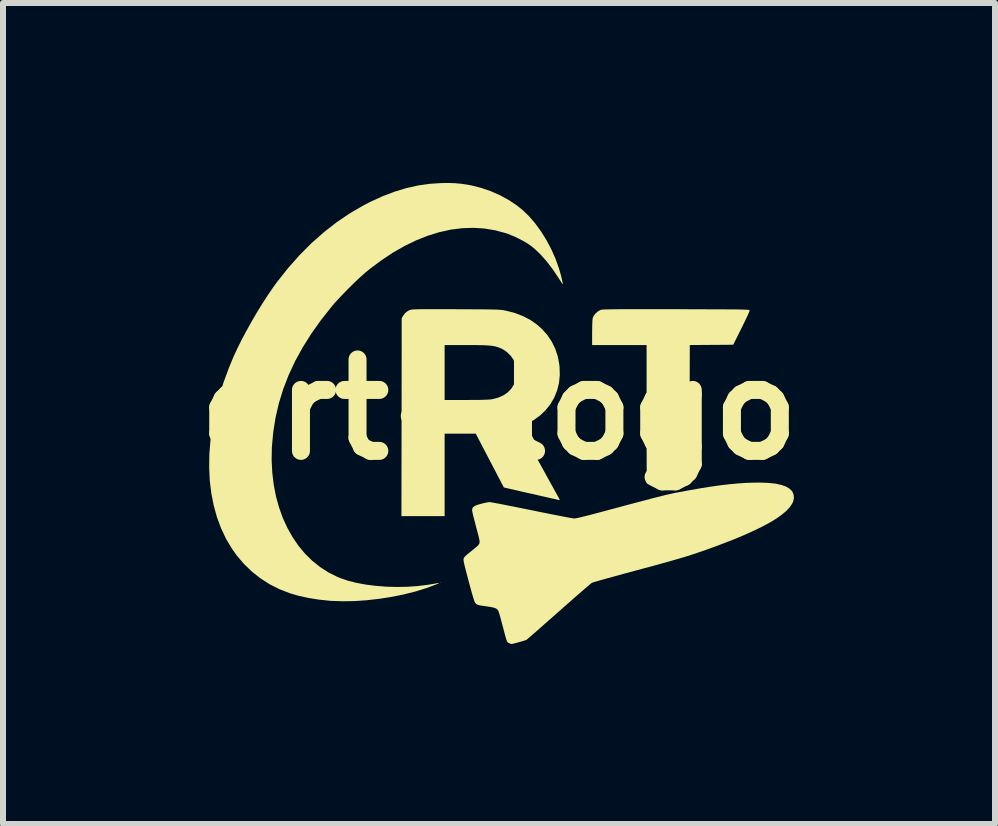
<source format=kicad_pcb>
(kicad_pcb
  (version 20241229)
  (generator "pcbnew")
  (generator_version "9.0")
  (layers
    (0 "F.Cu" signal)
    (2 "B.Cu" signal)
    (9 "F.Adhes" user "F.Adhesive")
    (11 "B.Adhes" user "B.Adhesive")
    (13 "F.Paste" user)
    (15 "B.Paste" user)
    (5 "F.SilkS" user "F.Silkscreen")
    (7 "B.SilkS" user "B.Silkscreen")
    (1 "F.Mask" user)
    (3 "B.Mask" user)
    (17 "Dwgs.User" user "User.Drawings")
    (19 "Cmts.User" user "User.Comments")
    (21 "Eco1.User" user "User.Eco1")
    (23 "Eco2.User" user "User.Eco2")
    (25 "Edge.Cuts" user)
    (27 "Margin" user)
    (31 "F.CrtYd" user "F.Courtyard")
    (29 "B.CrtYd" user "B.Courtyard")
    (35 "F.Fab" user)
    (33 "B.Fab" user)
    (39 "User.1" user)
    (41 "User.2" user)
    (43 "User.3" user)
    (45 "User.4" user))
  (footprint "crt-logo"
    (layer "F.Cu")
    (at 5.269 3.777)
    (property "Reference" "crt-logo" (at 0 0 0) (layer "F.SilkS") (effects (font (size 1.524 1.524) (thickness 0.3))))
    (attr board_only exclude_from_pos_files exclude_from_bom)
    (fp_poly (pts (xy -0.973 2.885) (xy -0.977 2.89) (xy -0.982 2.885) (xy -0.977 2.88)) (stroke (width 0) (type solid)) (fill yes) (layer "F.SilkS"))
    (fp_poly (pts (xy 2.557 -1.673) (xy 2.72 -1.672) (xy 2.9 -1.672) (xy 2.96 -1.672) (xy 3.135 -1.672) (xy 3.293 -1.671) (xy 3.434 -1.671) (xy 3.559 -1.67) (xy 3.669 -1.67) (xy 3.766 -1.67) (xy 3.849 -1.669) (xy 3.92 -1.669) (xy 3.98 -1.668) (xy 4.03 -1.667) (xy 4.07 -1.666) (xy 4.103 -1.665) (xy 4.128 -1.664) (xy 4.146 -1.663) (xy 4.16 -1.661) (xy 4.168 -1.659) (xy 4.174 -1.657) (xy 4.176 -1.655) (xy 4.177 -1.652) (xy 4.178 -1.651) (xy 4.174 -1.638) (xy 4.163 -1.611) (xy 4.145 -1.571) (xy 4.122 -1.521) (xy 4.094 -1.463) (xy 4.063 -1.399) (xy 4.042 -1.356) (xy 3.904 -1.08) (xy 3.18 -1.075) (xy 3.177 -0.003) (xy 3.175 1.07) (xy 3.114 1.082) (xy 3.027 1.1) (xy 2.932 1.12) (xy 2.836 1.142) (xy 2.744 1.163) (xy 2.66 1.184) (xy 2.608 1.198) (xy 2.56 1.21) (xy 2.518 1.221) (xy 2.487 1.229) (xy 2.468 1.234) (xy 2.465 1.234) (xy 2.464 1.225) (xy 2.464 1.199) (xy 2.463 1.155) (xy 2.463 1.097) (xy 2.462 1.024) (xy 2.461 0.938) (xy 2.461 0.841) (xy 2.461 0.732) (xy 2.46 0.614) (xy 2.46 0.487) (xy 2.46 0.353) (xy 2.46 0.212) (xy 2.46 0.079) (xy 2.46 -1.075) (xy 1.552 -1.075) (xy 1.552 -1.284) (xy 1.553 -1.353) (xy 1.554 -1.414) (xy 1.556 -1.466) (xy 1.559 -1.505) (xy 1.562 -1.528) (xy 1.563 -1.529) (xy 1.58 -1.566) (xy 1.611 -1.603) (xy 1.648 -1.636) (xy 1.688 -1.658) (xy 1.703 -1.663) (xy 1.713 -1.665) (xy 1.732 -1.666) (xy 1.761 -1.668) (xy 1.799 -1.669) (xy 1.848 -1.67) (xy 1.908 -1.671) (xy 1.981 -1.672) (xy 2.067 -1.672) (xy 2.167 -1.672) (xy 2.281 -1.673) (xy 2.411 -1.673)) (stroke (width 0) (type solid)) (fill yes) (layer "F.SilkS"))
    (fp_poly (pts (xy -1.042 -1.673) (xy -0.936 -1.673) (xy -0.813 -1.672) (xy -0.715 -1.672) (xy -0.581 -1.671) (xy -0.464 -1.671) (xy -0.363 -1.67) (xy -0.277 -1.67) (xy -0.204 -1.669) (xy -0.142 -1.668) (xy -0.091 -1.667) (xy -0.048 -1.666) (xy -0.014 -1.664) (xy 0.015 -1.662) (xy 0.039 -1.66) (xy 0.06 -1.658) (xy 0.078 -1.655) (xy 0.096 -1.651) (xy 0.115 -1.648) (xy 0.264 -1.609) (xy 0.4 -1.557) (xy 0.523 -1.493) (xy 0.634 -1.415) (xy 0.717 -1.341) (xy 0.807 -1.24) (xy 0.881 -1.129) (xy 0.939 -1.008) (xy 0.981 -0.879) (xy 1.006 -0.741) (xy 1.009 -0.713) (xy 1.013 -0.576) (xy 1 -0.445) (xy 0.969 -0.32) (xy 0.922 -0.202) (xy 0.859 -0.093) (xy 0.78 0.007) (xy 0.687 0.097) (xy 0.579 0.176) (xy 0.457 0.242) (xy 0.455 0.243) (xy 0.42 0.26) (xy 0.39 0.272) (xy 0.371 0.28) (xy 0.366 0.281) (xy 0.352 0.287) (xy 0.351 0.289) (xy 0.355 0.298) (xy 0.367 0.324) (xy 0.388 0.364) (xy 0.417 0.419) (xy 0.454 0.487) (xy 0.498 0.569) (xy 0.55 0.664) (xy 0.608 0.77) (xy 0.673 0.888) (xy 0.744 1.016) (xy 0.82 1.155) (xy 0.902 1.303) (xy 0.987 1.456) (xy 1.003 1.486) (xy 1.01 1.503) (xy 1.009 1.51) (xy 1.003 1.509) (xy 0.991 1.507) (xy 0.962 1.5) (xy 0.919 1.49) (xy 0.863 1.478) (xy 0.796 1.462) (xy 0.72 1.445) (xy 0.637 1.426) (xy 0.548 1.406) (xy 0.534 1.403) (xy 0.445 1.383) (xy 0.362 1.364) (xy 0.286 1.346) (xy 0.219 1.331) (xy 0.164 1.318) (xy 0.121 1.308) (xy 0.092 1.301) (xy 0.08 1.298) (xy 0.08 1.298) (xy 0.075 1.289) (xy 0.063 1.266) (xy 0.043 1.229) (xy 0.018 1.179) (xy -0.014 1.12) (xy -0.049 1.051) (xy -0.089 0.975) (xy -0.132 0.893) (xy -0.155 0.849) (xy -0.388 0.402) (xy -0.907 0.402) (xy -0.907 1.777) (xy -1.627 1.777) (xy -1.623 -1.075) (xy -0.907 -1.075) (xy -0.907 -0.159) (xy -0.545 -0.159) (xy -0.438 -0.16) (xy -0.349 -0.16) (xy -0.275 -0.162) (xy -0.216 -0.164) (xy -0.17 -0.166) (xy -0.134 -0.169) (xy -0.112 -0.172) (xy -0.014 -0.198) (xy 0.072 -0.236) (xy 0.145 -0.286) (xy 0.204 -0.347) (xy 0.249 -0.418) (xy 0.271 -0.475) (xy 0.286 -0.545) (xy 0.29 -0.622) (xy 0.284 -0.699) (xy 0.271 -0.761) (xy 0.239 -0.833) (xy 0.192 -0.899) (xy 0.132 -0.957) (xy 0.063 -1.005) (xy -0.011 -1.037) (xy -0.041 -1.046) (xy -0.072 -1.054) (xy -0.107 -1.06) (xy -0.147 -1.065) (xy -0.195 -1.069) (xy -0.252 -1.072) (xy -0.32 -1.073) (xy -0.402 -1.075) (xy -0.5 -1.075) (xy -0.559 -1.075) (xy -0.907 -1.075) (xy -1.623 -1.075) (xy -1.623 -1.52) (xy -1.602 -1.558) (xy -1.565 -1.609) (xy -1.515 -1.646) (xy -1.485 -1.66) (xy -1.476 -1.662) (xy -1.465 -1.665) (xy -1.45 -1.667) (xy -1.43 -1.669) (xy -1.403 -1.67) (xy -1.37 -1.671) (xy -1.327 -1.672) (xy -1.274 -1.673) (xy -1.21 -1.673) (xy -1.133 -1.673)) (stroke (width 0) (type solid)) (fill yes) (layer "F.SilkS"))
    (fp_poly (pts (xy -0.737 -3.773) (xy -0.635 -3.764) (xy -0.53 -3.749) (xy -0.46 -3.736) (xy -0.298 -3.695) (xy -0.138 -3.64) (xy 0.018 -3.571) (xy 0.165 -3.491) (xy 0.3 -3.4) (xy 0.397 -3.322) (xy 0.504 -3.218) (xy 0.606 -3.099) (xy 0.702 -2.967) (xy 0.791 -2.823) (xy 0.871 -2.672) (xy 0.941 -2.515) (xy 0.998 -2.355) (xy 1.023 -2.27) (xy 1.038 -2.215) (xy 1.049 -2.166) (xy 1.058 -2.127) (xy 1.063 -2.1) (xy 1.063 -2.087) (xy 1.062 -2.087) (xy 1.056 -2.096) (xy 1.041 -2.117) (xy 1.021 -2.149) (xy 0.996 -2.187) (xy 0.989 -2.199) (xy 0.891 -2.344) (xy 0.793 -2.471) (xy 0.696 -2.581) (xy 0.598 -2.675) (xy 0.533 -2.728) (xy 0.473 -2.769) (xy 0.4 -2.812) (xy 0.319 -2.854) (xy 0.235 -2.893) (xy 0.154 -2.926) (xy 0.11 -2.941) (xy -0.066 -2.988) (xy -0.246 -3.018) (xy -0.429 -3.029) (xy -0.615 -3.023) (xy -0.803 -2.999) (xy -0.994 -2.957) (xy -1.185 -2.898) (xy -1.378 -2.822) (xy -1.572 -2.728) (xy -1.765 -2.618) (xy -1.958 -2.49) (xy -2.151 -2.346) (xy -2.216 -2.293) (xy -2.268 -2.248) (xy -2.33 -2.192) (xy -2.398 -2.128) (xy -2.469 -2.058) (xy -2.542 -1.985) (xy -2.613 -1.912) (xy -2.678 -1.843) (xy -2.737 -1.779) (xy -2.784 -1.724) (xy -2.786 -1.721) (xy -2.967 -1.493) (xy -3.129 -1.265) (xy -3.273 -1.036) (xy -3.399 -0.807) (xy -3.507 -0.575) (xy -3.597 -0.342) (xy -3.67 -0.106) (xy -3.725 0.133) (xy -3.764 0.376) (xy -3.786 0.622) (xy -3.787 0.631) (xy -3.791 0.844) (xy -3.78 1.052) (xy -3.756 1.252) (xy -3.719 1.445) (xy -3.668 1.63) (xy -3.605 1.806) (xy -3.529 1.972) (xy -3.442 2.127) (xy -3.344 2.271) (xy -3.234 2.403) (xy -3.114 2.521) (xy -2.984 2.625) (xy -2.845 2.715) (xy -2.696 2.789) (xy -2.654 2.807) (xy -2.524 2.852) (xy -2.379 2.889) (xy -2.223 2.918) (xy -2.057 2.939) (xy -1.885 2.953) (xy -1.71 2.958) (xy -1.533 2.955) (xy -1.358 2.943) (xy -1.188 2.922) (xy -1.078 2.904) (xy -1.034 2.896) (xy -1.008 2.892) (xy -0.998 2.892) (xy -1.004 2.897) (xy -1.025 2.906) (xy -1.039 2.912) (xy -1.208 2.976) (xy -1.392 3.033) (xy -1.586 3.082) (xy -1.788 3.123) (xy -1.995 3.155) (xy -2.202 3.179) (xy -2.407 3.193) (xy -2.606 3.196) (xy -2.797 3.19) (xy -2.82 3.188) (xy -3.004 3.169) (xy -3.183 3.14) (xy -3.352 3.102) (xy -3.486 3.063) (xy -3.658 2.996) (xy -3.822 2.914) (xy -3.976 2.815) (xy -4.12 2.702) (xy -4.252 2.574) (xy -4.373 2.432) (xy -4.452 2.321) (xy -4.55 2.157) (xy -4.633 1.981) (xy -4.702 1.796) (xy -4.756 1.601) (xy -4.796 1.397) (xy -4.822 1.185) (xy -4.832 0.967) (xy -4.829 0.742) (xy -4.81 0.511) (xy -4.778 0.276) (xy -4.731 0.037) (xy -4.669 -0.206) (xy -4.593 -0.451) (xy -4.502 -0.697) (xy -4.429 -0.874) (xy -4.366 -1.01) (xy -4.294 -1.156) (xy -4.213 -1.308) (xy -4.127 -1.463) (xy -4.037 -1.617) (xy -3.945 -1.767) (xy -3.853 -1.909) (xy -3.764 -2.039) (xy -3.706 -2.119) (xy -3.52 -2.354) (xy -3.327 -2.572) (xy -3.126 -2.774) (xy -2.917 -2.958) (xy -2.702 -3.126) (xy -2.479 -3.276) (xy -2.249 -3.409) (xy -2.146 -3.462) (xy -1.943 -3.555) (xy -1.743 -3.631) (xy -1.546 -3.691) (xy -1.35 -3.735) (xy -1.153 -3.763) (xy -0.963 -3.775) (xy -0.844 -3.777)) (stroke (width 0) (type solid)) (fill yes) (layer "F.SilkS"))
    (fp_poly (pts (xy 4.502 1.224) (xy 4.611 1.236) (xy 4.703 1.256) (xy 4.778 1.282) (xy 4.837 1.315) (xy 4.88 1.355) (xy 4.889 1.367) (xy 4.91 1.416) (xy 4.916 1.471) (xy 4.905 1.529) (xy 4.886 1.57) (xy 4.846 1.63) (xy 4.788 1.691) (xy 4.714 1.753) (xy 4.623 1.818) (xy 4.514 1.884) (xy 4.387 1.952) (xy 4.243 2.022) (xy 4.081 2.095) (xy 3.901 2.17) (xy 3.702 2.247) (xy 3.638 2.271) (xy 3.55 2.303) (xy 3.468 2.333) (xy 3.391 2.36) (xy 3.315 2.386) (xy 3.24 2.411) (xy 3.163 2.436) (xy 3.083 2.461) (xy 2.997 2.486) (xy 2.904 2.513) (xy 2.802 2.542) (xy 2.689 2.573) (xy 2.563 2.608) (xy 2.422 2.646) (xy 2.31 2.676) (xy 2.196 2.707) (xy 2.086 2.736) (xy 1.983 2.765) (xy 1.887 2.791) (xy 1.8 2.815) (xy 1.723 2.837) (xy 1.659 2.855) (xy 1.607 2.87) (xy 1.571 2.881) (xy 1.55 2.888) (xy 1.546 2.89) (xy 1.535 2.899) (xy 1.51 2.919) (xy 1.474 2.95) (xy 1.427 2.99) (xy 1.372 3.038) (xy 1.307 3.094) (xy 1.236 3.156) (xy 1.16 3.224) (xy 1.078 3.295) (xy 0.996 3.368) (xy 0.911 3.443) (xy 0.83 3.514) (xy 0.754 3.581) (xy 0.684 3.643) (xy 0.622 3.698) (xy 0.567 3.745) (xy 0.522 3.784) (xy 0.488 3.814) (xy 0.465 3.833) (xy 0.455 3.84) (xy 0.438 3.847) (xy 0.408 3.856) (xy 0.37 3.868) (xy 0.327 3.88) (xy 0.285 3.891) (xy 0.247 3.901) (xy 0.219 3.907) (xy 0.205 3.909) (xy 0.189 3.904) (xy 0.166 3.893) (xy 0.162 3.891) (xy 0.153 3.886) (xy 0.146 3.881) (xy 0.14 3.874) (xy 0.133 3.864) (xy 0.127 3.848) (xy 0.119 3.824) (xy 0.109 3.791) (xy 0.097 3.747) (xy 0.082 3.69) (xy 0.063 3.617) (xy 0.051 3.572) (xy 0.035 3.513) (xy 0.02 3.458) (xy 0.006 3.412) (xy -0.005 3.376) (xy -0.013 3.355) (xy -0.015 3.35) (xy -0.028 3.333) (xy -0.046 3.319) (xy -0.07 3.308) (xy -0.104 3.299) (xy -0.151 3.29) (xy -0.213 3.281) (xy -0.216 3.28) (xy -0.272 3.272) (xy -0.313 3.266) (xy -0.341 3.259) (xy -0.361 3.253) (xy -0.375 3.245) (xy -0.385 3.237) (xy -0.393 3.229) (xy -0.4 3.218) (xy -0.407 3.203) (xy -0.415 3.182) (xy -0.425 3.152) (xy -0.437 3.112) (xy -0.452 3.061) (xy -0.47 2.996) (xy -0.492 2.915) (xy -0.506 2.863) (xy -0.53 2.773) (xy -0.549 2.7) (xy -0.564 2.64) (xy -0.576 2.594) (xy -0.584 2.558) (xy -0.589 2.531) (xy -0.591 2.512) (xy -0.592 2.497) (xy -0.59 2.487) (xy -0.589 2.482) (xy -0.581 2.466) (xy -0.565 2.447) (xy -0.54 2.423) (xy -0.502 2.392) (xy -0.458 2.357) (xy -0.41 2.318) (xy -0.374 2.288) (xy -0.35 2.265) (xy -0.335 2.246) (xy -0.327 2.23) (xy -0.327 2.23) (xy -0.325 2.219) (xy -0.324 2.206) (xy -0.325 2.188) (xy -0.329 2.163) (xy -0.337 2.129) (xy -0.348 2.084) (xy -0.364 2.025) (xy -0.383 1.954) (xy -0.4 1.887) (xy -0.416 1.826) (xy -0.43 1.771) (xy -0.44 1.726) (xy -0.447 1.694) (xy -0.449 1.678) (xy -0.446 1.651) (xy -0.434 1.63) (xy -0.412 1.612) (xy -0.377 1.595) (xy -0.327 1.579) (xy -0.299 1.572) (xy -0.253 1.56) (xy -0.21 1.551) (xy -0.176 1.545) (xy -0.156 1.543) (xy -0.142 1.545) (xy -0.11 1.55) (xy -0.063 1.559) (xy -0.003 1.57) (xy 0.07 1.584) (xy 0.153 1.601) (xy 0.246 1.619) (xy 0.346 1.639) (xy 0.451 1.66) (xy 0.545 1.679) (xy 0.655 1.702) (xy 0.76 1.723) (xy 0.86 1.743) (xy 0.952 1.761) (xy 1.034 1.777) (xy 1.106 1.791) (xy 1.165 1.802) (xy 1.211 1.81) (xy 1.241 1.815) (xy 1.253 1.816) (xy 1.274 1.814) (xy 1.311 1.807) (xy 1.365 1.795) (xy 1.432 1.778) (xy 1.514 1.758) (xy 1.607 1.733) (xy 1.669 1.717) (xy 1.836 1.672) (xy 1.986 1.632) (xy 2.12 1.596) (xy 2.24 1.564) (xy 2.346 1.536) (xy 2.44 1.511) (xy 2.523 1.489) (xy 2.596 1.47) (xy 2.661 1.454) (xy 2.718 1.44) (xy 2.768 1.427) (xy 2.813 1.417) (xy 2.855 1.407) (xy 2.893 1.399) (xy 2.929 1.391) (xy 2.965 1.384) (xy 2.988 1.38) (xy 3.187 1.343) (xy 3.37 1.311) (xy 3.54 1.284) (xy 3.697 1.262) (xy 3.845 1.245) (xy 3.984 1.232) (xy 4.118 1.223) (xy 4.232 1.219) (xy 4.375 1.218)) (stroke (width 0) (type solid)) (fill yes) (layer "F.SilkS")))
  (gr_rect
    (start -3 -3)
    (end 13.537 10.686)
    (stroke (width 0.1) (type default))
    (fill no)
    (layer "Edge.Cuts")))
</source>
